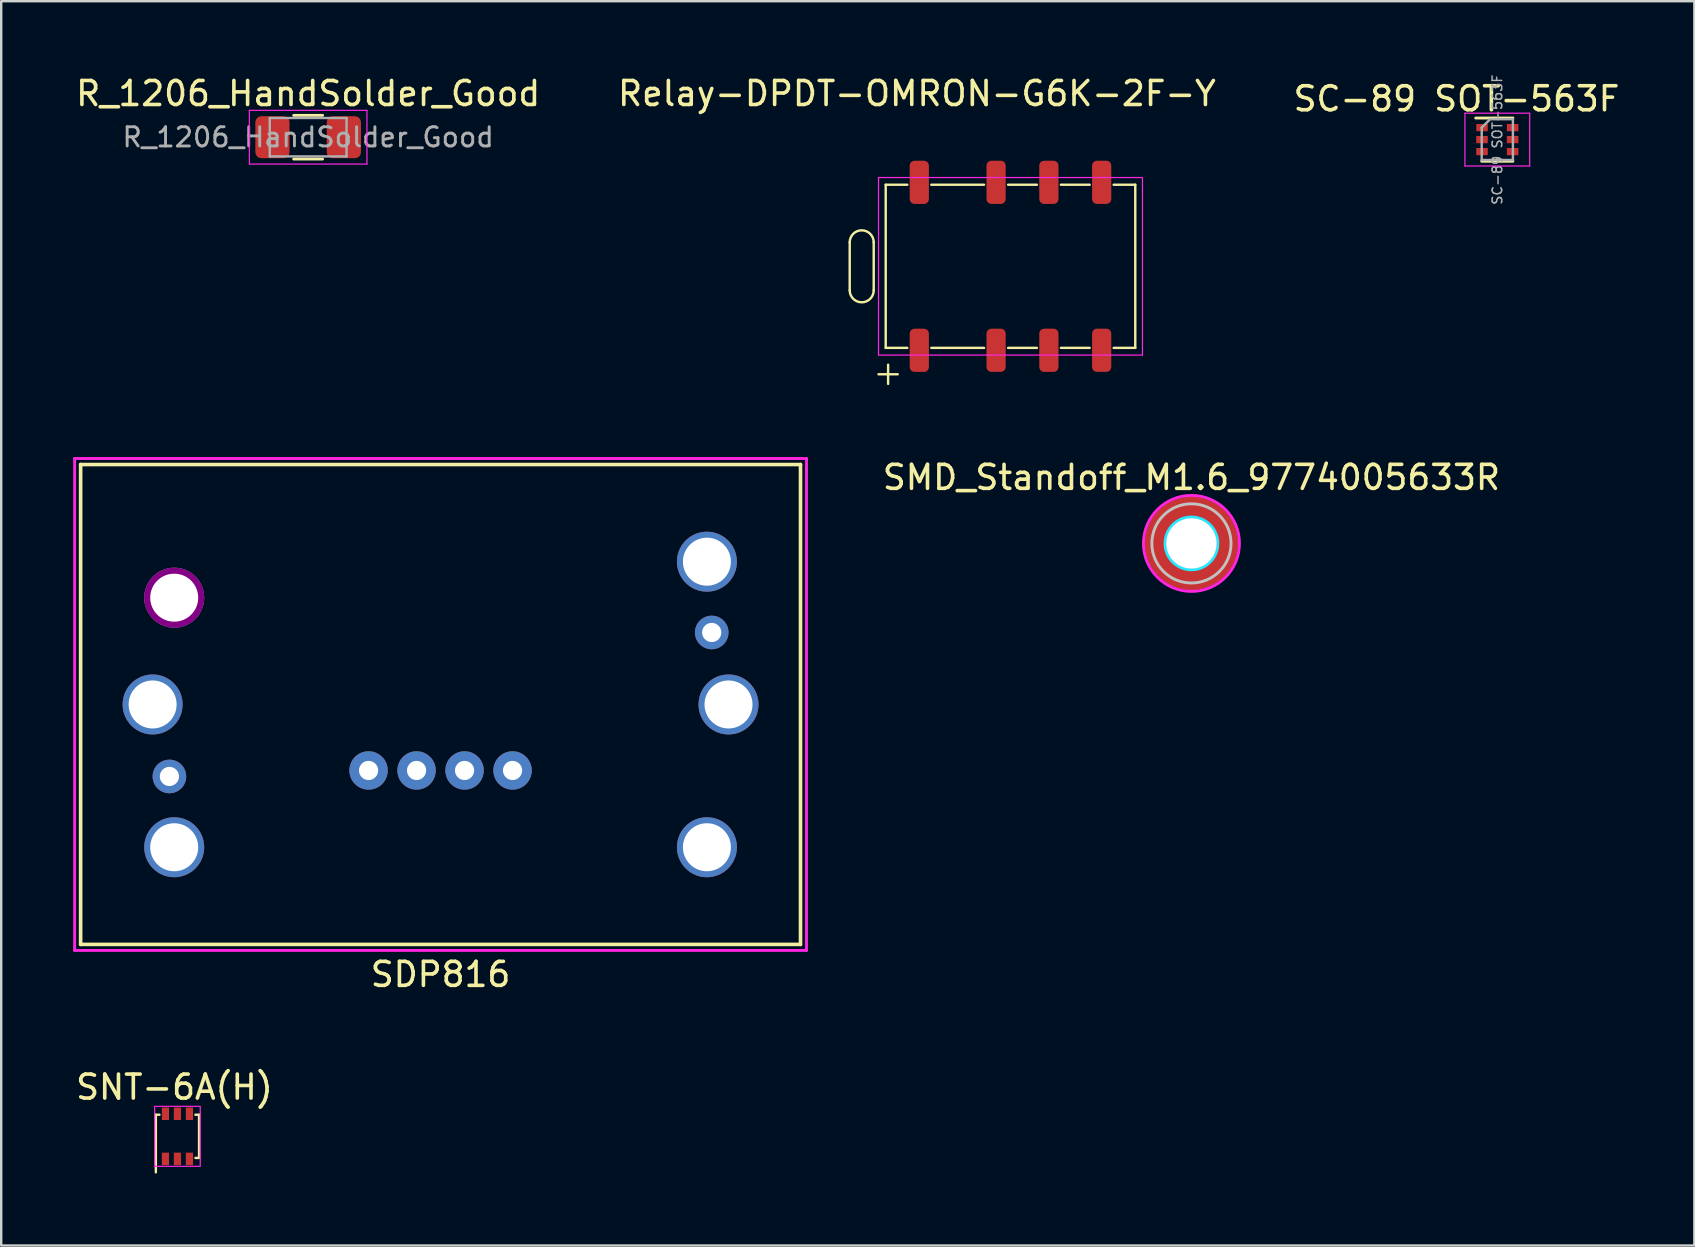
<source format=kicad_pcb>
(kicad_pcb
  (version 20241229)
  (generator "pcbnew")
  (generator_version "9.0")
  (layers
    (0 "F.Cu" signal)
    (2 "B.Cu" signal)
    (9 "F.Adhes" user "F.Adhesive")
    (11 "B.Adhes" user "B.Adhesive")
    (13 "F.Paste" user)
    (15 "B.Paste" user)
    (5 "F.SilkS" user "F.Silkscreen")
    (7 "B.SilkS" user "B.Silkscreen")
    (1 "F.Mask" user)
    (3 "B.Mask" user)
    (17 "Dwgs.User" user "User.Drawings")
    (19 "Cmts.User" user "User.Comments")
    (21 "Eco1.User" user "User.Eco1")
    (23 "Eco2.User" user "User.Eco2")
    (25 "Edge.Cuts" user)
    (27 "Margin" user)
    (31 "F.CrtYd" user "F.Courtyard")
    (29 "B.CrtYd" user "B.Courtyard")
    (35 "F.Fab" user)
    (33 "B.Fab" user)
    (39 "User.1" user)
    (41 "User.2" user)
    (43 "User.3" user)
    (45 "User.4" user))
  (footprint "SNT-6A(H)"
    (layer "F.Cu")
    (at 4.345 44.305)
    (property "Reference" "SNT-6A(H)" (at -0.125 -2.05 0) (unlocked yes) (layer "F.SilkS") (effects (font (size 1 1) (thickness 0.15))))
    (attr smd)
    (fp_line (start -0.9 -0.9) (end -0.9 1.5) (stroke (width 0.1) (type solid)) (layer "F.SilkS"))
    (fp_line (start -0.9 -0.9) (end -0.75 -0.9) (stroke (width 0.1) (type solid)) (layer "F.SilkS"))
    (fp_line (start 0.9 -0.9) (end 0.75 -0.9) (stroke (width 0.1) (type solid)) (layer "F.SilkS"))
    (fp_line (start 0.9 -0.9) (end 0.9 0.9) (stroke (width 0.1) (type solid)) (layer "F.SilkS"))
    (fp_line (start 0.9 0.9) (end 0.75 0.9) (stroke (width 0.1) (type solid)) (layer "F.SilkS"))
    (fp_rect (start -0.95 -1.25) (end 0.95 1.25) (stroke (width 0.05) (type solid)) (fill no) (layer "F.CrtYd"))
    (pad "1" smd rect (at -0.5 0.94) (size 0.3 0.52) (layers "F.Cu" "F.Mask" "F.Paste"))
    (pad "2" smd rect (at 0 0.94) (size 0.3 0.52) (layers "F.Cu" "F.Mask" "F.Paste"))
    (pad "3" smd rect (at 0.5 0.94) (size 0.3 0.52) (layers "F.Cu" "F.Mask" "F.Paste"))
    (pad "4" smd rect (at 0.5 -0.94) (size 0.3 0.52) (layers "F.Cu" "F.Mask" "F.Paste"))
    (pad "5" smd rect (at 0 -0.94) (size 0.3 0.52) (layers "F.Cu" "F.Mask" "F.Paste"))
    (pad "6" smd rect (at -0.5 -0.94) (size 0.3 0.52) (layers "F.Cu" "F.Mask" "F.Paste")))
  (footprint "SDP816"
    (layer "F.Cu")
    (at 15.31 26.308)
    (property "Reference" "SDP816" (at 0 11.25 0) (layer "F.SilkS") (effects (font (size 1 1) (thickness 0.15))))
    (attr through_hole)
    (fp_line (start -15 -10) (end 15 -10) (stroke (width 0.15) (type solid)) (layer "F.SilkS"))
    (fp_line (start -15 10) (end -15 -10) (stroke (width 0.15) (type solid)) (layer "F.SilkS"))
    (fp_line (start 15 -10) (end 15 10) (stroke (width 0.15) (type solid)) (layer "F.SilkS"))
    (fp_line (start 15 10) (end -15 10) (stroke (width 0.15) (type solid)) (layer "F.SilkS"))
    (fp_line (start -15.25 -10.25) (end -15.25 10.25) (stroke (width 0.12) (type solid)) (layer "F.CrtYd"))
    (fp_line (start -15.25 10.25) (end 15.25 10.25) (stroke (width 0.12) (type solid)) (layer "F.CrtYd"))
    (fp_line (start 15.25 -10.25) (end -15.25 -10.25) (stroke (width 0.12) (type solid)) (layer "F.CrtYd"))
    (fp_line (start 15.25 10.25) (end 15.25 -10.25) (stroke (width 0.12) (type solid)) (layer "F.CrtYd"))
    (pad "" np_thru_hole circle (at -12 0) (size 2.5 2.5) (drill 2) (layers "*.Cu" "*.Mask"))
    (pad "" np_thru_hole circle (at -11.3 3) (size 1.4 1.4) (drill 0.8) (layers "*.Cu" "*.Mask"))
    (pad "" np_thru_hole circle (at -11.1 -4.45) (size 2.5 2.5) (drill 2) (layers "*.Cu" "*.Mask" "F.Adhes"))
    (pad "" np_thru_hole circle (at -11.1 5.95) (size 2.5 2.5) (drill 2) (layers "*.Cu" "*.Mask"))
    (pad "" np_thru_hole circle (at 11.1 -5.95) (size 2.5 2.5) (drill 2) (layers "*.Cu" "*.Mask"))
    (pad "" np_thru_hole circle (at 11.1 5.95) (size 2.5 2.5) (drill 2) (layers "*.Cu" "*.Mask"))
    (pad "" np_thru_hole circle (at 11.3 -3) (size 1.4 1.4) (drill 0.8) (layers "*.Cu" "*.Mask"))
    (pad "" np_thru_hole circle (at 12 0) (size 2.5 2.5) (drill 2) (layers "*.Cu" "*.Mask"))
    (pad "1" thru_hole circle (at -3 2.75) (size 1.6 1.6) (drill 0.8) (layers "*.Cu" "*.Mask"))
    (pad "2" thru_hole circle (at -1 2.75) (size 1.6 1.6) (drill 0.8) (layers "*.Cu" "*.Mask"))
    (pad "3" thru_hole circle (at 1 2.75) (size 1.6 1.6) (drill 0.8) (layers "*.Cu" "*.Mask"))
    (pad "4" thru_hole circle (at 3 2.75) (size 1.6 1.6) (drill 0.8) (layers "*.Cu" "*.Mask")))
  (footprint "SC-89 SOT-563F"
    (layer "F.Cu")
    (at 59.349 2.768)
    (property "Reference" "SC-89 SOT-563F" (at -1.7 -1.7 180) (layer "F.SilkS") (effects (font (size 1 1) (thickness 0.15))))
    (attr smd)
    (fp_line (start -0.9 -0.9) (end 0.65 -0.9) (stroke (width 0.12) (type solid)) (layer "F.SilkS"))
    (fp_line (start 0.65 0.9) (end -0.65 0.9) (stroke (width 0.12) (type solid)) (layer "F.SilkS"))
    (fp_line (start -1.35 -1.1) (end -1.35 1.1) (stroke (width 0.05) (type solid)) (layer "F.CrtYd"))
    (fp_line (start -1.35 -1.1) (end 1.35 -1.1) (stroke (width 0.05) (type solid)) (layer "F.CrtYd"))
    (fp_line (start 1.35 1.1) (end -1.35 1.1) (stroke (width 0.05) (type solid)) (layer "F.CrtYd"))
    (fp_line (start 1.35 1.1) (end 1.35 -1.1) (stroke (width 0.05) (type solid)) (layer "F.CrtYd"))
    (fp_line (start -0.65 -0.5) (end -0.65 0.85) (stroke (width 0.1) (type solid)) (layer "F.Fab"))
    (fp_line (start -0.65 -0.5) (end -0.3 -0.85) (stroke (width 0.1) (type solid)) (layer "F.Fab"))
    (fp_line (start -0.65 0.85) (end 0.65 0.85) (stroke (width 0.1) (type solid)) (layer "F.Fab"))
    (fp_line (start 0.65 -0.85) (end -0.3 -0.85) (stroke (width 0.1) (type solid)) (layer "F.Fab"))
    (fp_line (start 0.65 0.85) (end 0.65 -0.85) (stroke (width 0.1) (type solid)) (layer "F.Fab"))
    (fp_text user "${REFERENCE}" (at 0 0 270) (layer "F.Fab") (effects (font (size 0.4 0.4) (thickness 0.062))))
    (pad "1" smd rect (at -0.638 -0.5) (size 0.478 0.3) (layers "F.Cu" "F.Mask" "F.Paste"))
    (pad "2" smd rect (at -0.638 0) (size 0.48 0.3) (layers "F.Cu" "F.Mask" "F.Paste"))
    (pad "3" smd rect (at -0.638 0.5) (size 0.48 0.3) (layers "F.Cu" "F.Mask" "F.Paste"))
    (pad "4" smd rect (at 0.638 0.5) (size 0.48 0.3) (layers "F.Cu" "F.Mask" "F.Paste"))
    (pad "5" smd rect (at 0.638 0) (size 0.48 0.3) (layers "F.Cu" "F.Mask" "F.Paste"))
    (pad "6" smd rect (at 0.638 -0.5) (size 0.48 0.3) (layers "F.Cu" "F.Mask" "F.Paste")))
  (footprint "R_1206_HandSolder_Good"
    (layer "F.Cu")
    (at 9.792 2.668)
    (property "Reference" "R_1206_HandSolder_Good" (at 0 -1.82 180) (layer "F.SilkS") (effects (font (size 1 1) (thickness 0.15))))
    (attr smd)
    (fp_line (start -0.602 -0.91) (end 0.602 -0.91) (stroke (width 0.12) (type solid)) (layer "F.SilkS"))
    (fp_line (start -0.602 0.91) (end 0.602 0.91) (stroke (width 0.12) (type solid)) (layer "F.SilkS"))
    (fp_line (start -2.45 -1.12) (end 2.45 -1.12) (stroke (width 0.05) (type solid)) (layer "F.CrtYd"))
    (fp_line (start -2.45 1.12) (end -2.45 -1.12) (stroke (width 0.05) (type solid)) (layer "F.CrtYd"))
    (fp_line (start 2.45 -1.12) (end 2.45 1.12) (stroke (width 0.05) (type solid)) (layer "F.CrtYd"))
    (fp_line (start 2.45 1.12) (end -2.45 1.12) (stroke (width 0.05) (type solid)) (layer "F.CrtYd"))
    (fp_line (start -1.6 -0.8) (end 1.6 -0.8) (stroke (width 0.1) (type solid)) (layer "F.Fab"))
    (fp_line (start -1.6 0.8) (end -1.6 -0.8) (stroke (width 0.1) (type solid)) (layer "F.Fab"))
    (fp_line (start 1.6 -0.8) (end 1.6 0.8) (stroke (width 0.1) (type solid)) (layer "F.Fab"))
    (fp_line (start 1.6 0.8) (end -1.6 0.8) (stroke (width 0.1) (type solid)) (layer "F.Fab"))
    (fp_text user "${REFERENCE}" (at 0 0 180) (layer "F.Fab") (effects (font (size 0.8 0.8) (thickness 0.12))))
    (pad "1" smd roundrect (at -1.488 0) (size 1.425 1.75) (layers "F.Cu" "F.Mask" "F.Paste") (roundrect_rratio 0.175))
    (pad "2" smd roundrect (at 1.488 0) (size 1.425 1.75) (layers "F.Cu" "F.Mask" "F.Paste") (roundrect_rratio 0.175)))
  (footprint "Relay-DPDT-OMRON-G6K-2F-Y"
    (layer "F.Cu")
    (at 35.261 8.048)
    (property "Reference" "Relay-DPDT-OMRON-G6K-2F-Y" (at -0.1 -7.2 0) (layer "F.SilkS") (effects (font (size 1 1) (thickness 0.15))))
    (attr through_hole)
    (fp_line (start -2.9 1) (end -2.9 -1) (stroke (width 0.1) (type solid)) (layer "F.SilkS"))
    (fp_line (start -1.9 -1) (end -1.9 1) (stroke (width 0.1) (type solid)) (layer "F.SilkS"))
    (fp_line (start -1.7 4.5) (end -0.9 4.5) (stroke (width 0.1) (type solid)) (layer "F.SilkS"))
    (fp_line (start -1.4 -3.4) (end -0.5 -3.4) (stroke (width 0.1) (type solid)) (layer "F.SilkS"))
    (fp_line (start -1.4 3.4) (end -1.4 -3.4) (stroke (width 0.1) (type solid)) (layer "F.SilkS"))
    (fp_line (start -1.3 4.1) (end -1.3 4.9) (stroke (width 0.1) (type solid)) (layer "F.SilkS"))
    (fp_line (start -0.5 3.4) (end -1.4 3.4) (stroke (width 0.1) (type solid)) (layer "F.SilkS"))
    (fp_line (start 0.5 -3.4) (end 2.7 -3.4) (stroke (width 0.1) (type solid)) (layer "F.SilkS"))
    (fp_line (start 0.5 3.4) (end 2.7 3.4) (stroke (width 0.1) (type solid)) (layer "F.SilkS"))
    (fp_line (start 3.7 -3.4) (end 4.9 -3.4) (stroke (width 0.1) (type solid)) (layer "F.SilkS"))
    (fp_line (start 3.7 3.4) (end 4.9 3.4) (stroke (width 0.1) (type solid)) (layer "F.SilkS"))
    (fp_line (start 5.9 -3.4) (end 7.1 -3.4) (stroke (width 0.1) (type solid)) (layer "F.SilkS"))
    (fp_line (start 5.9 3.4) (end 7.1 3.4) (stroke (width 0.1) (type solid)) (layer "F.SilkS"))
    (fp_line (start 8.1 -3.4) (end 9 -3.4) (stroke (width 0.1) (type solid)) (layer "F.SilkS"))
    (fp_line (start 8.1 3.4) (end 9 3.4) (stroke (width 0.1) (type solid)) (layer "F.SilkS"))
    (fp_line (start 9 3.4) (end 9 -3.4) (stroke (width 0.1) (type solid)) (layer "F.SilkS"))
    (fp_arc (start -2.9 -1) (mid -2.4 -1.5) (end -1.9 -1) (stroke (width 0.1) (type solid)) (layer "F.SilkS"))
    (fp_arc (start -1.9 1) (mid -2.4 1.5) (end -2.9 1) (stroke (width 0.1) (type solid)) (layer "F.SilkS"))
    (fp_line (start -1.7 -3.7) (end -1.7 3.7) (stroke (width 0.05) (type solid)) (layer "F.CrtYd"))
    (fp_line (start -1.7 3.7) (end 9.3 3.7) (stroke (width 0.05) (type solid)) (layer "F.CrtYd"))
    (fp_line (start 9.3 -3.7) (end -1.7 -3.7) (stroke (width 0.05) (type solid)) (layer "F.CrtYd"))
    (fp_line (start 9.3 3.7) (end 9.3 -3.7) (stroke (width 0.05) (type solid)) (layer "F.CrtYd"))
    (pad "1" smd roundrect (at 0 3.5) (size 0.8 1.8) (layers "F.Cu" "F.Mask" "F.Paste") (roundrect_rratio 0.25))
    (pad "2" smd roundrect (at 3.2 3.5) (size 0.8 1.8) (layers "F.Cu" "F.Mask" "F.Paste") (roundrect_rratio 0.25))
    (pad "3" smd roundrect (at 5.4 3.5) (size 0.8 1.8) (layers "F.Cu" "F.Mask" "F.Paste") (roundrect_rratio 0.25))
    (pad "4" smd roundrect (at 7.6 3.5) (size 0.8 1.8) (layers "F.Cu" "F.Mask" "F.Paste") (roundrect_rratio 0.25))
    (pad "5" smd roundrect (at 7.6 -3.5) (size 0.8 1.8) (layers "F.Cu" "F.Mask" "F.Paste") (roundrect_rratio 0.25))
    (pad "6" smd roundrect (at 5.4 -3.5) (size 0.8 1.8) (layers "F.Cu" "F.Mask" "F.Paste") (roundrect_rratio 0.25))
    (pad "7" smd roundrect (at 3.2 -3.5) (size 0.8 1.8) (layers "F.Cu" "F.Mask" "F.Paste") (roundrect_rratio 0.25))
    (pad "8" smd roundrect (at 0 -3.5) (size 0.8 1.8) (layers "F.Cu" "F.Mask" "F.Paste") (roundrect_rratio 0.25)))
  (footprint "SMD_Standoff_M1.6_9774005633R"
    (layer "F.Cu")
    (at 46.602 19.596)
    (property "Reference" "SMD_Standoff_M1.6_9774005633R" (at 0 -2.75 0) (unlocked yes) (layer "F.SilkS") (effects (font (size 1 1) (thickness 0.15))))
    (attr through_hole)
    (fp_circle (center 0 0) (end 1.65 0) (stroke (width 0.12) (type solid)) (fill no) (layer "Dwgs.User"))
    (fp_circle (center 0 0) (end 1.1 0) (stroke (width 0.12) (type solid)) (fill no) (layer "B.CrtYd"))
    (fp_circle (center 0 0) (end 2 0) (stroke (width 0.12) (type solid)) (fill no) (layer "F.CrtYd"))
    (pad "" thru_hole circle (at 0 0) (size 2.2 2.2) (drill 2.1) (layers "*.Cu" "*.Mask") (remove_unused_layers yes) (keep_end_layers yes) (zone_layer_connections))
    (pad "1" smd circle (at 0 0) (size 3.9 3.9) (layers "F.Cu" "F.Mask" "F.Paste")))
  (gr_rect
    (start -3 -3)
    (end 67.56 48.855)
    (stroke (width 0.1) (type default))
    (fill no)
    (layer "Edge.Cuts")))
</source>
